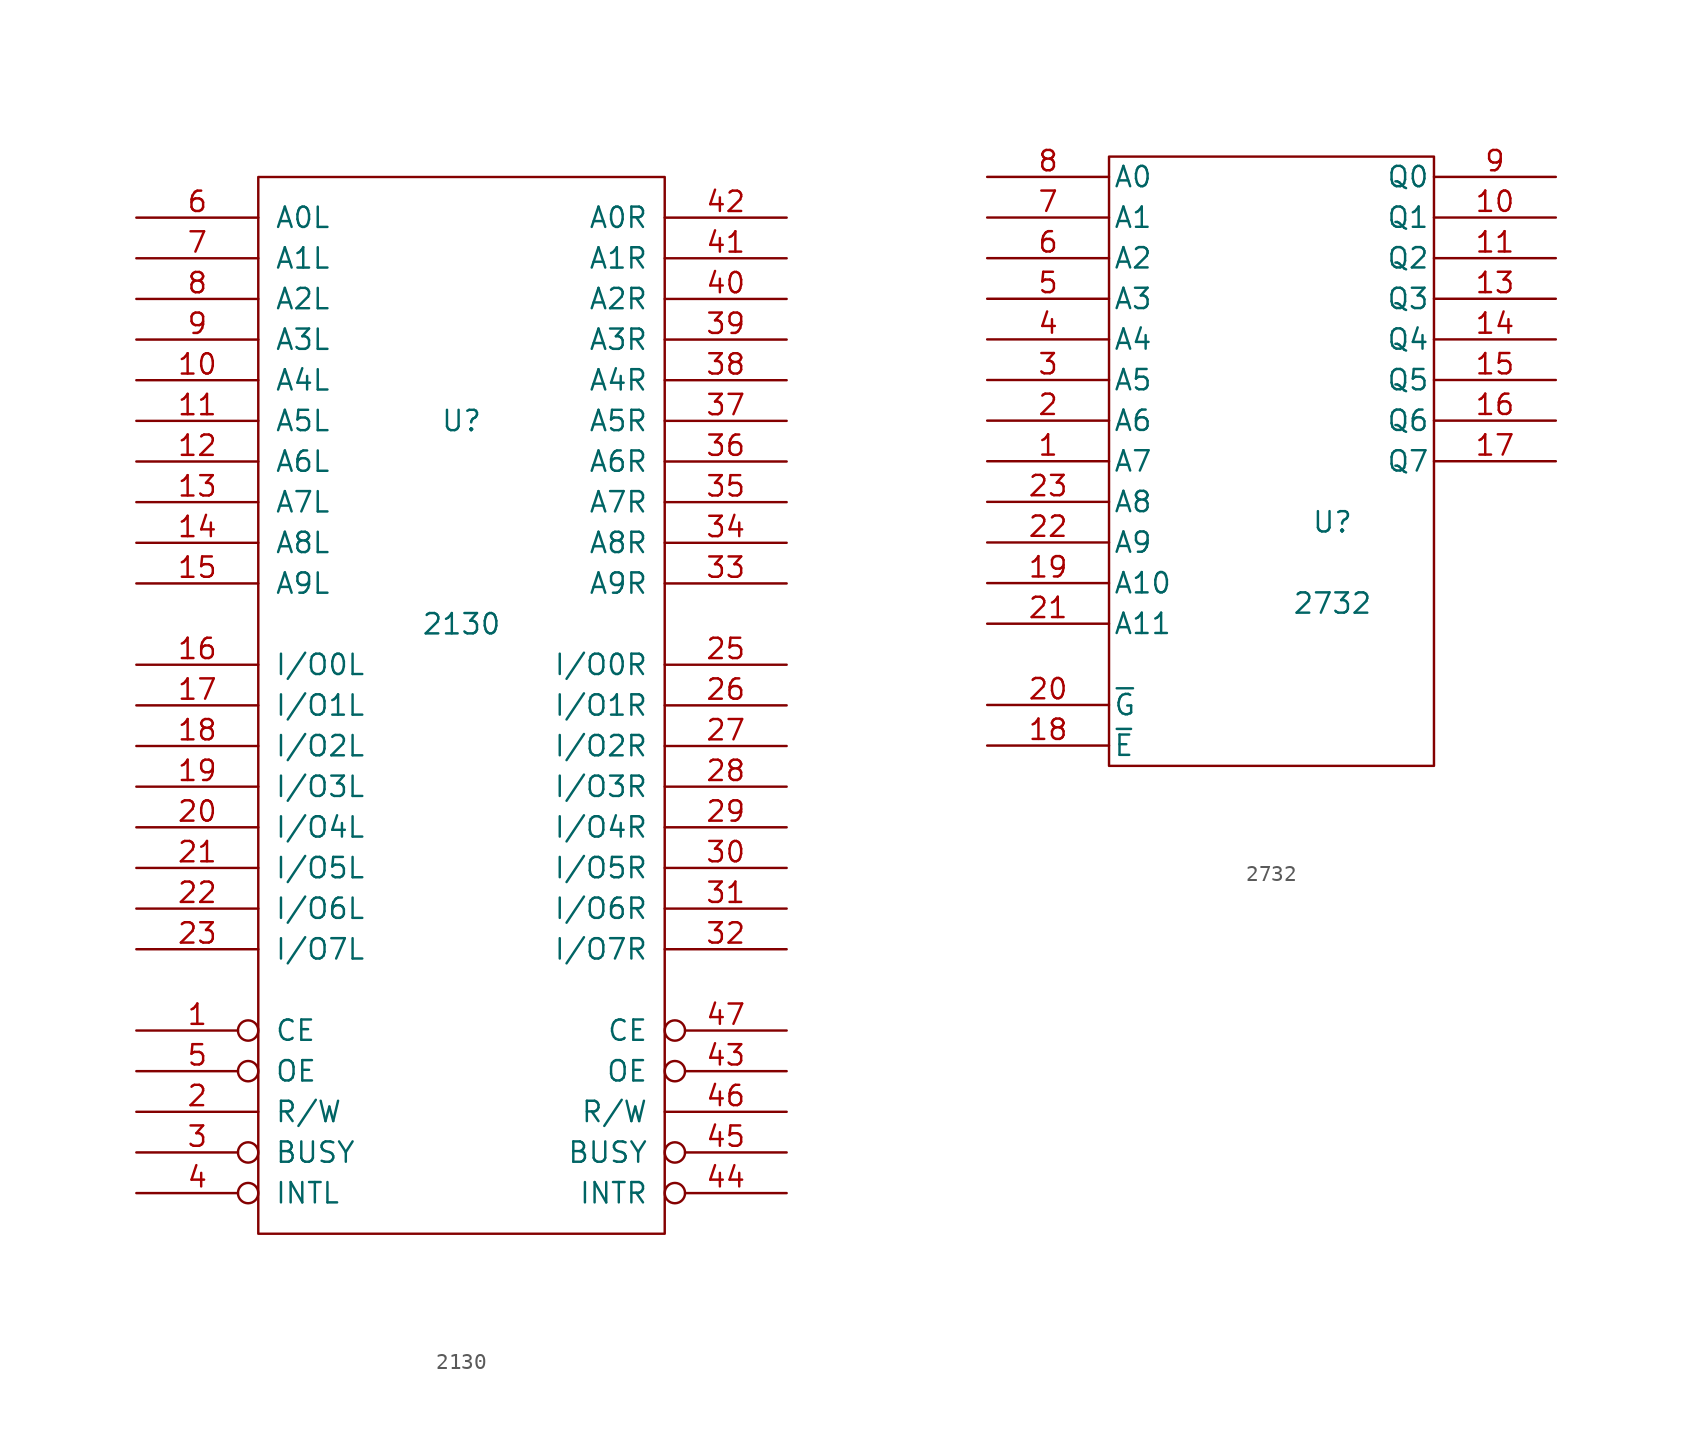
<source format=kicad_sym>
(kicad_symbol_lib
  (version 20231120)
  (generator "kicad_symbol_editor")
  (generator_version "8.0")
  (symbol "2130"
    (pin_names
      (offset 1.016))
    (property "Reference" "U"
      (at 0 17.78 0)
      (effects (font (size 1.27 1.27))))
    (property "Value" "2130"
      (at 0 5.08 0)
      (effects (font (size 1.27 1.27))))
    (property "Footprint" ""
      (at 0 0 0)
      (effects (font (size 1.27 1.27))))
    (property "Datasheet" ""
      (at 0 0 0)
      (effects (font (size 1.27 1.27))))
    (symbol "2130_0_1"
      (rectangle (start -12.7 -33.02) (end 12.7 33.02) (stroke (width 0) (type solid)) (fill (type none))))
    (symbol "2130_1_1"
      (pin input inverted (at -20.32 -20.32 0) (length 7.62) (name "CE" (effects (font (size 1.27 1.27)))) (number "1" (effects (font (size 1.27 1.27)))))
      (pin input line (at -20.32 20.32 0) (length 7.62) (name "A4L" (effects (font (size 1.27 1.27)))) (number "10" (effects (font (size 1.27 1.27)))))
      (pin input line (at -20.32 17.78 0) (length 7.62) (name "A5L" (effects (font (size 1.27 1.27)))) (number "11" (effects (font (size 1.27 1.27)))))
      (pin input line (at -20.32 15.24 0) (length 7.62) (name "A6L" (effects (font (size 1.27 1.27)))) (number "12" (effects (font (size 1.27 1.27)))))
      (pin input line (at -20.32 12.7 0) (length 7.62) (name "A7L" (effects (font (size 1.27 1.27)))) (number "13" (effects (font (size 1.27 1.27)))))
      (pin input line (at -20.32 10.16 0) (length 7.62) (name "A8L" (effects (font (size 1.27 1.27)))) (number "14" (effects (font (size 1.27 1.27)))))
      (pin input line (at -20.32 7.62 0) (length 7.62) (name "A9L" (effects (font (size 1.27 1.27)))) (number "15" (effects (font (size 1.27 1.27)))))
      (pin tri_state line (at -20.32 2.54 0) (length 7.62) (name "I/O0L" (effects (font (size 1.27 1.27)))) (number "16" (effects (font (size 1.27 1.27)))))
      (pin tri_state line (at -20.32 0 0) (length 7.62) (name "I/O1L" (effects (font (size 1.27 1.27)))) (number "17" (effects (font (size 1.27 1.27)))))
      (pin tri_state line (at -20.32 -2.54 0) (length 7.62) (name "I/O2L" (effects (font (size 1.27 1.27)))) (number "18" (effects (font (size 1.27 1.27)))))
      (pin tri_state line (at -20.32 -5.08 0) (length 7.62) (name "I/O3L" (effects (font (size 1.27 1.27)))) (number "19" (effects (font (size 1.27 1.27)))))
      (pin input line (at -20.32 -25.4 0) (length 7.62) (name "R/W" (effects (font (size 1.27 1.27)))) (number "2" (effects (font (size 1.27 1.27)))))
      (pin tri_state line (at -20.32 -7.62 0) (length 7.62) (name "I/O4L" (effects (font (size 1.27 1.27)))) (number "20" (effects (font (size 1.27 1.27)))))
      (pin tri_state line (at -20.32 -10.16 0) (length 7.62) (name "I/O5L" (effects (font (size 1.27 1.27)))) (number "21" (effects (font (size 1.27 1.27)))))
      (pin tri_state line (at -20.32 -12.7 0) (length 7.62) (name "I/O6L" (effects (font (size 1.27 1.27)))) (number "22" (effects (font (size 1.27 1.27)))))
      (pin tri_state line (at -20.32 -15.24 0) (length 7.62) (name "I/O7L" (effects (font (size 1.27 1.27)))) (number "23" (effects (font (size 1.27 1.27)))))
      (pin power_in line (at 0 -33.02 90) (length 0) hide (name "GND" (effects (font (size 1.27 1.27)))) (number "24" (effects (font (size 1.27 1.27)))))
      (pin tri_state line (at 20.32 2.54 180) (length 7.62) (name "I/O0R" (effects (font (size 1.27 1.27)))) (number "25" (effects (font (size 1.27 1.27)))))
      (pin tri_state line (at 20.32 0 180) (length 7.62) (name "I/O1R" (effects (font (size 1.27 1.27)))) (number "26" (effects (font (size 1.27 1.27)))))
      (pin tri_state line (at 20.32 -2.54 180) (length 7.62) (name "I/O2R" (effects (font (size 1.27 1.27)))) (number "27" (effects (font (size 1.27 1.27)))))
      (pin tri_state line (at 20.32 -5.08 180) (length 7.62) (name "I/O3R" (effects (font (size 1.27 1.27)))) (number "28" (effects (font (size 1.27 1.27)))))
      (pin tri_state line (at 20.32 -7.62 180) (length 7.62) (name "I/O4R" (effects (font (size 1.27 1.27)))) (number "29" (effects (font (size 1.27 1.27)))))
      (pin output inverted (at -20.32 -27.94 0) (length 7.62) (name "BUSY" (effects (font (size 1.27 1.27)))) (number "3" (effects (font (size 1.27 1.27)))))
      (pin tri_state line (at 20.32 -10.16 180) (length 7.62) (name "I/O5R" (effects (font (size 1.27 1.27)))) (number "30" (effects (font (size 1.27 1.27)))))
      (pin tri_state line (at 20.32 -12.7 180) (length 7.62) (name "I/O6R" (effects (font (size 1.27 1.27)))) (number "31" (effects (font (size 1.27 1.27)))))
      (pin tri_state line (at 20.32 -15.24 180) (length 7.62) (name "I/O7R" (effects (font (size 1.27 1.27)))) (number "32" (effects (font (size 1.27 1.27)))))
      (pin input line (at 20.32 7.62 180) (length 7.62) (name "A9R" (effects (font (size 1.27 1.27)))) (number "33" (effects (font (size 1.27 1.27)))))
      (pin input line (at 20.32 10.16 180) (length 7.62) (name "A8R" (effects (font (size 1.27 1.27)))) (number "34" (effects (font (size 1.27 1.27)))))
      (pin input line (at 20.32 12.7 180) (length 7.62) (name "A7R" (effects (font (size 1.27 1.27)))) (number "35" (effects (font (size 1.27 1.27)))))
      (pin input line (at 20.32 15.24 180) (length 7.62) (name "A6R" (effects (font (size 1.27 1.27)))) (number "36" (effects (font (size 1.27 1.27)))))
      (pin input line (at 20.32 17.78 180) (length 7.62) (name "A5R" (effects (font (size 1.27 1.27)))) (number "37" (effects (font (size 1.27 1.27)))))
      (pin input line (at 20.32 20.32 180) (length 7.62) (name "A4R" (effects (font (size 1.27 1.27)))) (number "38" (effects (font (size 1.27 1.27)))))
      (pin input line (at 20.32 22.86 180) (length 7.62) (name "A3R" (effects (font (size 1.27 1.27)))) (number "39" (effects (font (size 1.27 1.27)))))
      (pin output inverted (at -20.32 -30.48 0) (length 7.62) (name "INTL" (effects (font (size 1.27 1.27)))) (number "4" (effects (font (size 1.27 1.27)))))
      (pin input line (at 20.32 25.4 180) (length 7.62) (name "A2R" (effects (font (size 1.27 1.27)))) (number "40" (effects (font (size 1.27 1.27)))))
      (pin input line (at 20.32 27.94 180) (length 7.62) (name "A1R" (effects (font (size 1.27 1.27)))) (number "41" (effects (font (size 1.27 1.27)))))
      (pin input line (at 20.32 30.48 180) (length 7.62) (name "A0R" (effects (font (size 1.27 1.27)))) (number "42" (effects (font (size 1.27 1.27)))))
      (pin input inverted (at 20.32 -22.86 180) (length 7.62) (name "OE" (effects (font (size 1.27 1.27)))) (number "43" (effects (font (size 1.27 1.27)))))
      (pin output inverted (at 20.32 -30.48 180) (length 7.62) (name "INTR" (effects (font (size 1.27 1.27)))) (number "44" (effects (font (size 1.27 1.27)))))
      (pin output inverted (at 20.32 -27.94 180) (length 7.62) (name "BUSY" (effects (font (size 1.27 1.27)))) (number "45" (effects (font (size 1.27 1.27)))))
      (pin input line (at 20.32 -25.4 180) (length 7.62) (name "R/W" (effects (font (size 1.27 1.27)))) (number "46" (effects (font (size 1.27 1.27)))))
      (pin input inverted (at 20.32 -20.32 180) (length 7.62) (name "CE" (effects (font (size 1.27 1.27)))) (number "47" (effects (font (size 1.27 1.27)))))
      (pin power_in line (at 0 33.02 90) (length 0) hide (name "VCC" (effects (font (size 1.27 1.27)))) (number "48" (effects (font (size 1.27 1.27)))))
      (pin input inverted (at -20.32 -22.86 0) (length 7.62) (name "OE" (effects (font (size 1.27 1.27)))) (number "5" (effects (font (size 1.27 1.27)))))
      (pin input line (at -20.32 30.48 0) (length 7.62) (name "A0L" (effects (font (size 1.27 1.27)))) (number "6" (effects (font (size 1.27 1.27)))))
      (pin input line (at -20.32 27.94 0) (length 7.62) (name "A1L" (effects (font (size 1.27 1.27)))) (number "7" (effects (font (size 1.27 1.27)))))
      (pin input line (at -20.32 25.4 0) (length 7.62) (name "A2L" (effects (font (size 1.27 1.27)))) (number "8" (effects (font (size 1.27 1.27)))))
      (pin input line (at -20.32 22.86 0) (length 7.62) (name "A3L" (effects (font (size 1.27 1.27)))) (number "9" (effects (font (size 1.27 1.27)))))))
  (symbol "2732"
    (pin_names
      (offset 0.254))
    (property "Reference" "U"
      (at 3.81 -3.81 0)
      (effects (font (size 1.27 1.27))))
    (property "Value" "2732"
      (at 3.81 -8.89 0)
      (effects (font (size 1.27 1.27))))
    (property "Footprint" ""
      (at 0 0 0)
      (effects (font (size 1.27 1.27))))
    (property "Datasheet" ""
      (at 0 0 0)
      (effects (font (size 1.27 1.27))))
    (symbol "2732_0_0"
      (pin power_in line (at 0 -20.32 90) (length 1.27) hide (name "GND" (effects (font (size 1.27 1.27)))) (number "12" (effects (font (size 1.27 1.27)))))
      (pin power_in line (at 0 20.32 270) (length 1.27) hide (name "Vcc" (effects (font (size 1.27 1.27)))) (number "24" (effects (font (size 1.27 1.27))))))
    (symbol "2732_0_1"
      (rectangle (start -10.16 19.05) (end 10.16 -19.05) (stroke (width 0) (type solid)) (fill (type none))))
    (symbol "2732_1_1"
      (pin input line (at -17.78 0 0) (length 7.62) (name "A7" (effects (font (size 1.27 1.27)))) (number "1" (effects (font (size 1.27 1.27)))))
      (pin tri_state line (at 17.78 15.24 180) (length 7.62) (name "Q1" (effects (font (size 1.27 1.27)))) (number "10" (effects (font (size 1.27 1.27)))))
      (pin tri_state line (at 17.78 12.7 180) (length 7.62) (name "Q2" (effects (font (size 1.27 1.27)))) (number "11" (effects (font (size 1.27 1.27)))))
      (pin tri_state line (at 17.78 10.16 180) (length 7.62) (name "Q3" (effects (font (size 1.27 1.27)))) (number "13" (effects (font (size 1.27 1.27)))))
      (pin tri_state line (at 17.78 7.62 180) (length 7.62) (name "Q4" (effects (font (size 1.27 1.27)))) (number "14" (effects (font (size 1.27 1.27)))))
      (pin tri_state line (at 17.78 5.08 180) (length 7.62) (name "Q5" (effects (font (size 1.27 1.27)))) (number "15" (effects (font (size 1.27 1.27)))))
      (pin tri_state line (at 17.78 2.54 180) (length 7.62) (name "Q6" (effects (font (size 1.27 1.27)))) (number "16" (effects (font (size 1.27 1.27)))))
      (pin tri_state line (at 17.78 0 180) (length 7.62) (name "Q7" (effects (font (size 1.27 1.27)))) (number "17" (effects (font (size 1.27 1.27)))))
      (pin input line (at -17.78 -17.78 0) (length 7.62) (name "~{E}" (effects (font (size 1.27 1.27)))) (number "18" (effects (font (size 1.27 1.27)))))
      (pin input line (at -17.78 -7.62 0) (length 7.62) (name "A10" (effects (font (size 1.27 1.27)))) (number "19" (effects (font (size 1.27 1.27)))))
      (pin input line (at -17.78 2.54 0) (length 7.62) (name "A6" (effects (font (size 1.27 1.27)))) (number "2" (effects (font (size 1.27 1.27)))))
      (pin input line (at -17.78 -15.24 0) (length 7.62) (name "~{G}" (effects (font (size 1.27 1.27)))) (number "20" (effects (font (size 1.27 1.27)))))
      (pin input line (at -17.78 -10.16 0) (length 7.62) (name "A11" (effects (font (size 1.27 1.27)))) (number "21" (effects (font (size 1.27 1.27)))))
      (pin input line (at -17.78 -5.08 0) (length 7.62) (name "A9" (effects (font (size 1.27 1.27)))) (number "22" (effects (font (size 1.27 1.27)))))
      (pin input line (at -17.78 -2.54 0) (length 7.62) (name "A8" (effects (font (size 1.27 1.27)))) (number "23" (effects (font (size 1.27 1.27)))))
      (pin input line (at -17.78 5.08 0) (length 7.62) (name "A5" (effects (font (size 1.27 1.27)))) (number "3" (effects (font (size 1.27 1.27)))))
      (pin input line (at -17.78 7.62 0) (length 7.62) (name "A4" (effects (font (size 1.27 1.27)))) (number "4" (effects (font (size 1.27 1.27)))))
      (pin input line (at -17.78 10.16 0) (length 7.62) (name "A3" (effects (font (size 1.27 1.27)))) (number "5" (effects (font (size 1.27 1.27)))))
      (pin input line (at -17.78 12.7 0) (length 7.62) (name "A2" (effects (font (size 1.27 1.27)))) (number "6" (effects (font (size 1.27 1.27)))))
      (pin input line (at -17.78 15.24 0) (length 7.62) (name "A1" (effects (font (size 1.27 1.27)))) (number "7" (effects (font (size 1.27 1.27)))))
      (pin input line (at -17.78 17.78 0) (length 7.62) (name "A0" (effects (font (size 1.27 1.27)))) (number "8" (effects (font (size 1.27 1.27)))))
      (pin tri_state line (at 17.78 17.78 180) (length 7.62) (name "Q0" (effects (font (size 1.27 1.27)))) (number "9" (effects (font (size 1.27 1.27))))))))
</source>
